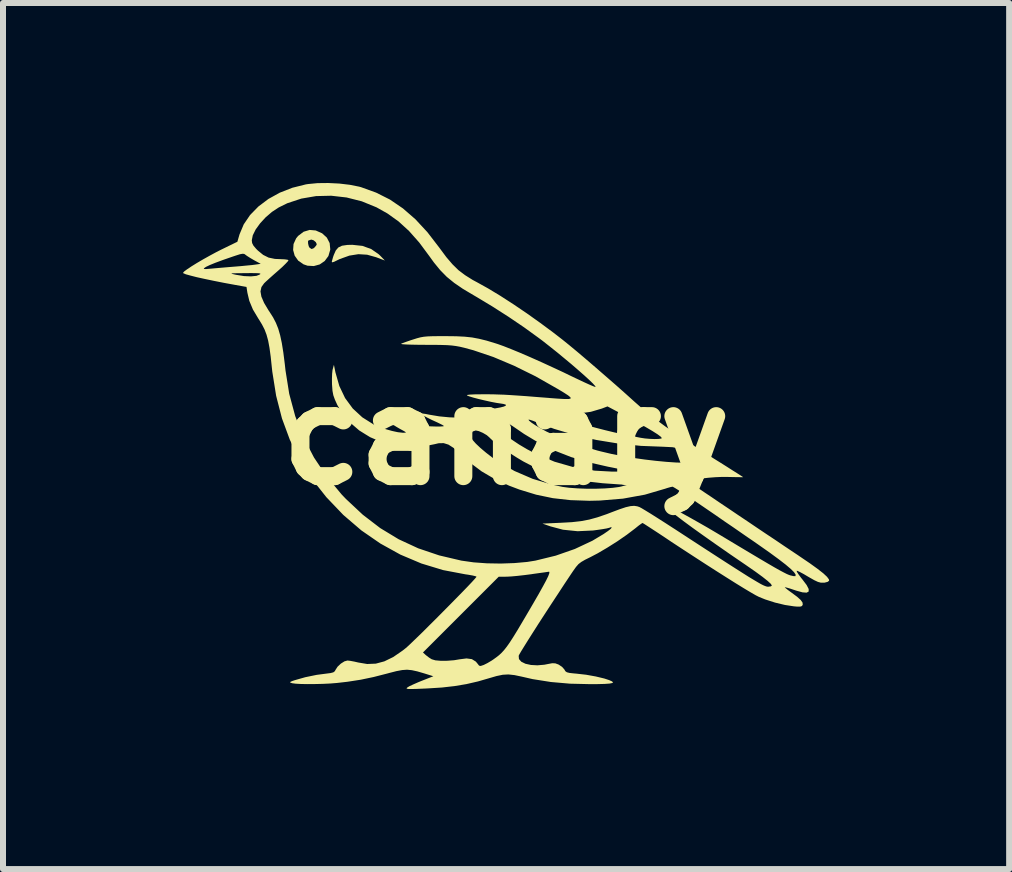
<source format=kicad_pcb>
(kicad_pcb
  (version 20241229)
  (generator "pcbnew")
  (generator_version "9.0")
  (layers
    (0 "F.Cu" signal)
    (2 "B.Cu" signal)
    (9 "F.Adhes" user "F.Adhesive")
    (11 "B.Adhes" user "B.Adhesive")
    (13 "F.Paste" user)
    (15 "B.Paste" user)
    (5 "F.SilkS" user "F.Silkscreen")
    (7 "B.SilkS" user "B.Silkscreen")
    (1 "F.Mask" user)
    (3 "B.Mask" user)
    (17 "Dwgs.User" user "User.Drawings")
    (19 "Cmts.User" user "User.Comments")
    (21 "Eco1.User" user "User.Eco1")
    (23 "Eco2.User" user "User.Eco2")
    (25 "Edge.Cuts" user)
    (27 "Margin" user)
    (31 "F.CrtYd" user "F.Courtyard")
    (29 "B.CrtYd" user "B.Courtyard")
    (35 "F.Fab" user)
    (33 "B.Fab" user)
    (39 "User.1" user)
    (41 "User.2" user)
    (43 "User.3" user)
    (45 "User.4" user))
  (footprint "canary"
    (layer "F.Cu")
    (at 5.386 4.207)
    (property "Reference" "canary" (at 0 0 0) (layer "F.SilkS") (effects (font (size 1.5 1.5) (thickness 0.3))))
    (attr board_only exclude_from_pos_files exclude_from_bom)
    (fp_poly (pts (xy -2.395 -3.159) (xy -2.249 -3.106) (xy -2.123 -3.018) (xy -2.094 -2.99) (xy -2.022 -2.915) (xy -2.167 -2.97) (xy -2.317 -3.012) (xy -2.463 -3.021) (xy -2.614 -2.997) (xy -2.776 -2.939) (xy -2.87 -2.893) (xy -2.9 -2.885) (xy -2.907 -2.892) (xy -2.9 -2.921) (xy -2.885 -2.974) (xy -2.873 -3.008) (xy -2.84 -3.083) (xy -2.797 -3.133) (xy -2.736 -3.162) (xy -2.647 -3.175) (xy -2.564 -3.177)) (stroke (width 0) (type solid)) (fill yes) (layer "F.SilkS"))
    (fp_poly (pts (xy -3.174 -3.416) (xy -3.068 -3.369) (xy -2.989 -3.297) (xy -2.942 -3.206) (xy -2.932 -3.102) (xy -2.933 -3.093) (xy -2.963 -2.99) (xy -3.024 -2.908) (xy -3.108 -2.85) (xy -3.206 -2.823) (xy -3.311 -2.829) (xy -3.378 -2.852) (xy -3.466 -2.913) (xy -3.525 -2.996) (xy -3.551 -3.091) (xy -3.544 -3.19) (xy -3.524 -3.234) (xy -3.303 -3.234) (xy -3.301 -3.196) (xy -3.291 -3.154) (xy -3.278 -3.13) (xy -3.244 -3.107) (xy -3.212 -3.118) (xy -3.19 -3.137) (xy -3.163 -3.171) (xy -3.157 -3.188) (xy -3.173 -3.222) (xy -3.209 -3.252) (xy -3.247 -3.264) (xy -3.255 -3.262) (xy -3.287 -3.252) (xy -3.294 -3.251) (xy -3.303 -3.234) (xy -3.524 -3.234) (xy -3.501 -3.284) (xy -3.468 -3.325) (xy -3.376 -3.395) (xy -3.276 -3.425)) (stroke (width 0) (type solid)) (fill yes) (layer "F.SilkS"))
    (fp_poly (pts (xy -2.782 -4.198) (xy -2.604 -4.177) (xy -2.449 -4.146) (xy -2.417 -4.137) (xy -2.168 -4.047) (xy -1.937 -3.931) (xy -1.72 -3.783) (xy -1.513 -3.603) (xy -1.312 -3.386) (xy -1.115 -3.13) (xy -1.107 -3.119) (xy -0.997 -2.971) (xy -0.895 -2.852) (xy -0.795 -2.754) (xy -0.685 -2.671) (xy -0.559 -2.592) (xy -0.479 -2.549) (xy -0.301 -2.45) (xy -0.099 -2.328) (xy 0.118 -2.188) (xy 0.344 -2.035) (xy 0.57 -1.874) (xy 0.79 -1.711) (xy 0.937 -1.597) (xy 1.046 -1.509) (xy 1.18 -1.398) (xy 1.331 -1.27) (xy 1.494 -1.13) (xy 1.663 -0.983) (xy 1.832 -0.836) (xy 1.993 -0.693) (xy 2.136 -0.564) (xy 2.252 -0.462) (xy 2.374 -0.361) (xy 2.506 -0.258) (xy 2.652 -0.15) (xy 2.817 -0.035) (xy 3.004 0.091) (xy 3.219 0.231) (xy 3.463 0.387) (xy 3.558 0.446) (xy 3.671 0.517) (xy 3.771 0.581) (xy 3.854 0.633) (xy 3.913 0.671) (xy 3.945 0.692) (xy 3.949 0.695) (xy 3.929 0.696) (xy 3.876 0.695) (xy 3.798 0.694) (xy 3.708 0.692) (xy 3.598 0.691) (xy 3.484 0.696) (xy 3.37 0.705) (xy 3.265 0.717) (xy 3.173 0.73) (xy 3.103 0.746) (xy 3.061 0.761) (xy 3.052 0.777) (xy 3.054 0.779) (xy 3.073 0.792) (xy 3.123 0.825) (xy 3.199 0.877) (xy 3.299 0.945) (xy 3.419 1.025) (xy 3.554 1.117) (xy 3.702 1.216) (xy 3.857 1.321) (xy 4.017 1.428) (xy 4.178 1.537) (xy 4.336 1.643) (xy 4.488 1.744) (xy 4.628 1.839) (xy 4.755 1.924) (xy 4.863 1.996) (xy 4.895 2.018) (xy 5.06 2.13) (xy 5.189 2.223) (xy 5.285 2.298) (xy 5.347 2.356) (xy 5.378 2.398) (xy 5.382 2.421) (xy 5.357 2.44) (xy 5.307 2.453) (xy 5.291 2.454) (xy 5.245 2.454) (xy 5.196 2.441) (xy 5.136 2.413) (xy 5.053 2.366) (xy 5.034 2.355) (xy 4.958 2.31) (xy 4.895 2.276) (xy 4.853 2.257) (xy 4.841 2.255) (xy 4.845 2.273) (xy 4.871 2.314) (xy 4.914 2.372) (xy 4.939 2.403) (xy 5.007 2.493) (xy 5.041 2.559) (xy 5.041 2.601) (xy 5.007 2.62) (xy 4.939 2.615) (xy 4.836 2.587) (xy 4.8 2.575) (xy 4.728 2.551) (xy 4.672 2.535) (xy 4.644 2.529) (xy 4.642 2.529) (xy 4.655 2.543) (xy 4.693 2.574) (xy 4.75 2.616) (xy 4.756 2.62) (xy 4.849 2.689) (xy 4.909 2.743) (xy 4.939 2.786) (xy 4.942 2.821) (xy 4.94 2.826) (xy 4.927 2.844) (xy 4.898 2.853) (xy 4.843 2.852) (xy 4.796 2.848) (xy 4.645 2.825) (xy 4.479 2.785) (xy 4.317 2.733) (xy 4.213 2.691) (xy 4.158 2.663) (xy 4.073 2.614) (xy 3.961 2.547) (xy 3.826 2.464) (xy 3.672 2.367) (xy 3.503 2.26) (xy 3.322 2.144) (xy 3.134 2.022) (xy 2.942 1.897) (xy 2.75 1.771) (xy 2.652 1.705) (xy 2.542 1.632) (xy 2.444 1.568) (xy 2.364 1.516) (xy 2.305 1.478) (xy 2.275 1.46) (xy 2.271 1.459) (xy 2.251 1.471) (xy 2.207 1.503) (xy 2.15 1.549) (xy 2.141 1.556) (xy 2.009 1.656) (xy 1.853 1.764) (xy 1.687 1.869) (xy 1.525 1.964) (xy 1.403 2.028) (xy 1.314 2.072) (xy 1.252 2.108) (xy 1.205 2.144) (xy 1.164 2.191) (xy 1.116 2.258) (xy 1.083 2.307) (xy 0.969 2.478) (xy 0.856 2.651) (xy 0.744 2.821) (xy 0.636 2.987) (xy 0.535 3.143) (xy 0.444 3.286) (xy 0.364 3.412) (xy 0.298 3.518) (xy 0.248 3.599) (xy 0.217 3.653) (xy 0.208 3.673) (xy 0.213 3.727) (xy 0.252 3.771) (xy 0.321 3.805) (xy 0.412 3.825) (xy 0.519 3.831) (xy 0.636 3.821) (xy 0.697 3.809) (xy 0.767 3.796) (xy 0.818 3.798) (xy 0.868 3.816) (xy 0.876 3.82) (xy 0.93 3.856) (xy 0.969 3.899) (xy 0.972 3.905) (xy 0.987 3.93) (xy 1.012 3.947) (xy 1.056 3.958) (xy 1.128 3.966) (xy 1.164 3.969) (xy 1.333 3.988) (xy 1.494 4.017) (xy 1.636 4.051) (xy 1.715 4.077) (xy 1.762 4.098) (xy 1.781 4.114) (xy 1.768 4.126) (xy 1.723 4.135) (xy 1.641 4.141) (xy 1.523 4.144) (xy 1.411 4.145) (xy 1.065 4.137) (xy 0.745 4.109) (xy 0.441 4.061) (xy 0.257 4.019) (xy 0.138 3.994) (xy 0.038 3.983) (xy -0.056 3.988) (xy -0.162 4.01) (xy -0.265 4.04) (xy -0.468 4.099) (xy -0.663 4.144) (xy -0.86 4.177) (xy -1.072 4.201) (xy -1.31 4.216) (xy -1.375 4.219) (xy -1.495 4.224) (xy -1.578 4.226) (xy -1.63 4.225) (xy -1.655 4.221) (xy -1.66 4.213) (xy -1.649 4.201) (xy -1.648 4.201) (xy -1.613 4.179) (xy -1.548 4.149) (xy -1.466 4.113) (xy -1.412 4.091) (xy -1.214 4.013) (xy -1.368 3.965) (xy -1.481 3.932) (xy -1.572 3.912) (xy -1.652 3.904) (xy -1.734 3.91) (xy -1.83 3.928) (xy -1.951 3.959) (xy -1.98 3.967) (xy -2.21 4.026) (xy -2.425 4.071) (xy -2.645 4.105) (xy -2.82 4.125) (xy -2.931 4.134) (xy -3.056 4.14) (xy -3.185 4.143) (xy -3.31 4.144) (xy -3.421 4.142) (xy -3.511 4.137) (xy -3.569 4.129) (xy -3.574 4.127) (xy -3.6 4.118) (xy -3.599 4.108) (xy -3.566 4.093) (xy -3.521 4.078) (xy -3.348 4.029) (xy -3.158 3.99) (xy -3.005 3.97) (xy -2.927 3.96) (xy -2.881 3.948) (xy -2.856 3.929) (xy -2.845 3.908) (xy -2.811 3.855) (xy -2.756 3.803) (xy -2.696 3.765) (xy -2.646 3.751) (xy -2.601 3.756) (xy -2.531 3.769) (xy -2.466 3.784) (xy -2.317 3.809) (xy -2.173 3.803) (xy -2.031 3.765) (xy -1.883 3.693) (xy -1.772 3.617) (xy -1.387 3.617) (xy -1.34 3.66) (xy -1.286 3.702) (xy -1.241 3.73) (xy -1.18 3.748) (xy -1.089 3.756) (xy -0.981 3.755) (xy -0.867 3.746) (xy -0.778 3.731) (xy -0.661 3.716) (xy -0.572 3.728) (xy -0.506 3.769) (xy -0.476 3.805) (xy -0.452 3.836) (xy -0.426 3.842) (xy -0.381 3.827) (xy -0.373 3.824) (xy -0.313 3.794) (xy -0.242 3.752) (xy -0.214 3.733) (xy -0.164 3.697) (xy -0.119 3.662) (xy -0.077 3.623) (xy -0.035 3.577) (xy 0.01 3.52) (xy 0.06 3.449) (xy 0.118 3.359) (xy 0.187 3.247) (xy 0.269 3.109) (xy 0.368 2.941) (xy 0.444 2.811) (xy 0.539 2.647) (xy 0.612 2.516) (xy 0.666 2.416) (xy 0.701 2.344) (xy 0.718 2.298) (xy 0.72 2.275) (xy 0.713 2.271) (xy 0.691 2.274) (xy 0.636 2.282) (xy 0.555 2.293) (xy 0.455 2.307) (xy 0.416 2.313) (xy 0.298 2.328) (xy 0.182 2.341) (xy 0.082 2.35) (xy 0.008 2.354) (xy -0.000128 2.354) (xy -0.125 2.355) (xy -0.756 2.986) (xy -1.387 3.617) (xy -1.772 3.617) (xy -1.726 3.585) (xy -1.674 3.544) (xy -1.634 3.509) (xy -1.572 3.45) (xy -1.491 3.372) (xy -1.395 3.279) (xy -1.289 3.173) (xy -1.176 3.061) (xy -1.06 2.944) (xy -0.945 2.828) (xy -0.835 2.716) (xy -0.734 2.613) (xy -0.645 2.521) (xy -0.574 2.446) (xy -0.523 2.39) (xy -0.497 2.359) (xy -0.494 2.355) (xy -0.511 2.346) (xy -0.56 2.334) (xy -0.633 2.321) (xy -0.682 2.314) (xy -1.051 2.244) (xy -1.413 2.134) (xy -1.763 1.986) (xy -2.097 1.801) (xy -2.413 1.583) (xy -2.706 1.332) (xy -2.718 1.321) (xy -2.997 1.029) (xy -3.237 0.725) (xy -3.44 0.407) (xy -3.606 0.071) (xy -3.737 -0.284) (xy -3.834 -0.661) (xy -3.898 -1.063) (xy -3.906 -1.136) (xy -3.925 -1.316) (xy -3.945 -1.462) (xy -3.967 -1.58) (xy -3.994 -1.679) (xy -4.027 -1.766) (xy -4.069 -1.848) (xy -4.12 -1.932) (xy -4.129 -1.945) (xy -4.221 -2.099) (xy -4.281 -2.243) (xy -4.313 -2.378) (xy -4.328 -2.475) (xy -4.518 -2.509) (xy -4.703 -2.543) (xy -4.874 -2.577) (xy -5.027 -2.609) (xy -5.159 -2.638) (xy -5.264 -2.665) (xy -5.34 -2.686) (xy -5.365 -2.697) (xy -4.58 -2.697) (xy -4.562 -2.691) (xy -4.52 -2.681) (xy -4.501 -2.677) (xy -4.37 -2.656) (xy -4.254 -2.651) (xy -4.162 -2.66) (xy -4.115 -2.678) (xy -4.098 -2.689) (xy -4.098 -2.698) (xy -4.121 -2.703) (xy -4.172 -2.705) (xy -4.255 -2.706) (xy -4.344 -2.705) (xy -4.457 -2.704) (xy -4.531 -2.703) (xy -4.571 -2.701) (xy -4.58 -2.697) (xy -5.365 -2.697) (xy -5.38 -2.703) (xy -5.386 -2.709) (xy -5.369 -2.731) (xy -5.321 -2.767) (xy -5.299 -2.781) (xy -5.04 -2.781) (xy -5.035 -2.774) (xy -5.001 -2.773) (xy -4.932 -2.779) (xy -4.928 -2.779) (xy -4.852 -2.786) (xy -4.748 -2.795) (xy -4.632 -2.805) (xy -4.532 -2.813) (xy -4.422 -2.822) (xy -4.319 -2.832) (xy -4.234 -2.84) (xy -4.181 -2.847) (xy -4.091 -2.86) (xy -4.201 -2.92) (xy -4.266 -2.958) (xy -4.321 -2.993) (xy -4.345 -3.011) (xy -4.365 -3.025) (xy -4.393 -3.028) (xy -4.437 -3.02) (xy -4.506 -2.998) (xy -4.554 -2.982) (xy -4.719 -2.925) (xy -4.846 -2.878) (xy -4.939 -2.84) (xy -5 -2.811) (xy -5.022 -2.797) (xy -5.04 -2.781) (xy -5.299 -2.781) (xy -5.248 -2.816) (xy -5.156 -2.873) (xy -5.052 -2.934) (xy -4.941 -2.996) (xy -4.83 -3.056) (xy -4.751 -3.096) (xy -4.48 -3.228) (xy -4.473 -3.252) (xy -4.24 -3.252) (xy -4.234 -3.206) (xy -4.212 -3.163) (xy -4.167 -3.11) (xy -4.138 -3.081) (xy -4.05 -3.009) (xy -3.96 -2.964) (xy -3.854 -2.942) (xy -3.757 -2.938) (xy -3.691 -2.935) (xy -3.643 -2.928) (xy -3.628 -2.921) (xy -3.639 -2.902) (xy -3.676 -2.862) (xy -3.732 -2.807) (xy -3.797 -2.749) (xy -3.876 -2.68) (xy -3.949 -2.615) (xy -4.007 -2.562) (xy -4.035 -2.535) (xy -4.079 -2.473) (xy -4.095 -2.401) (xy -4.08 -2.314) (xy -4.035 -2.209) (xy -3.959 -2.082) (xy -3.94 -2.054) (xy -3.884 -1.966) (xy -3.838 -1.877) (xy -3.799 -1.78) (xy -3.767 -1.669) (xy -3.739 -1.538) (xy -3.714 -1.381) (xy -3.69 -1.192) (xy -3.678 -1.084) (xy -3.616 -0.694) (xy -3.516 -0.322) (xy -3.378 0.032) (xy -3.203 0.368) (xy -2.99 0.686) (xy -2.741 0.985) (xy -2.67 1.059) (xy -2.39 1.321) (xy -2.099 1.544) (xy -1.792 1.73) (xy -1.466 1.881) (xy -1.117 1.999) (xy -0.743 2.087) (xy -0.74 2.087) (xy -0.543 2.115) (xy -0.322 2.131) (xy -0.09 2.135) (xy 0.138 2.127) (xy 0.35 2.108) (xy 0.487 2.086) (xy 0.826 2.003) (xy 1.144 1.892) (xy 1.436 1.755) (xy 1.62 1.645) (xy 1.696 1.593) (xy 1.744 1.555) (xy 1.76 1.533) (xy 1.744 1.53) (xy 1.714 1.54) (xy 1.674 1.55) (xy 1.604 1.562) (xy 1.515 1.575) (xy 1.447 1.584) (xy 1.19 1.596) (xy 0.947 1.571) (xy 0.74 1.516) (xy 0.604 1.469) (xy 0.917 1.455) (xy 1.096 1.445) (xy 1.247 1.428) (xy 1.384 1.402) (xy 1.522 1.364) (xy 1.674 1.312) (xy 1.757 1.28) (xy 1.89 1.23) (xy 1.992 1.196) (xy 2.07 1.178) (xy 2.132 1.173) (xy 2.184 1.181) (xy 2.22 1.193) (xy 2.256 1.212) (xy 2.321 1.251) (xy 2.411 1.306) (xy 2.52 1.375) (xy 2.644 1.454) (xy 2.777 1.54) (xy 2.813 1.563) (xy 3.075 1.734) (xy 3.304 1.883) (xy 3.503 2.012) (xy 3.675 2.123) (xy 3.82 2.216) (xy 3.943 2.294) (xy 4.044 2.358) (xy 4.127 2.408) (xy 4.193 2.447) (xy 4.245 2.477) (xy 4.285 2.497) (xy 4.316 2.51) (xy 4.34 2.518) (xy 4.359 2.521) (xy 4.369 2.521) (xy 4.411 2.515) (xy 4.428 2.501) (xy 4.41 2.473) (xy 4.357 2.424) (xy 4.271 2.356) (xy 4.152 2.269) (xy 4.002 2.165) (xy 4.001 2.164) (xy 3.736 1.983) (xy 3.499 1.818) (xy 3.289 1.67) (xy 3.107 1.54) (xy 2.955 1.428) (xy 2.833 1.335) (xy 2.743 1.262) (xy 2.684 1.209) (xy 2.66 1.177) (xy 2.667 1.167) (xy 2.697 1.177) (xy 2.759 1.206) (xy 2.846 1.251) (xy 2.955 1.31) (xy 3.08 1.379) (xy 3.218 1.457) (xy 3.363 1.54) (xy 3.51 1.627) (xy 3.649 1.71) (xy 3.874 1.845) (xy 4.065 1.959) (xy 4.226 2.055) (xy 4.36 2.134) (xy 4.47 2.198) (xy 4.557 2.247) (xy 4.625 2.283) (xy 4.676 2.309) (xy 4.714 2.325) (xy 4.735 2.332) (xy 4.787 2.344) (xy 4.818 2.345) (xy 4.821 2.344) (xy 4.824 2.32) (xy 4.798 2.28) (xy 4.743 2.225) (xy 4.657 2.152) (xy 4.539 2.061) (xy 4.389 1.951) (xy 4.204 1.821) (xy 4.105 1.752) (xy 4.021 1.695) (xy 3.91 1.618) (xy 3.78 1.528) (xy 3.636 1.43) (xy 3.488 1.327) (xy 3.34 1.226) (xy 3.327 1.217) (xy 3.195 1.127) (xy 3.074 1.045) (xy 2.967 0.974) (xy 2.879 0.917) (xy 2.815 0.877) (xy 2.778 0.856) (xy 2.772 0.854) (xy 2.737 0.861) (xy 2.681 0.877) (xy 2.655 0.886) (xy 2.311 0.987) (xy 1.947 1.053) (xy 1.561 1.085) (xy 1.386 1.089) (xy 1.069 1.078) (xy 0.777 1.045) (xy 0.499 0.987) (xy 0.221 0.902) (xy 0.049 0.837) (xy -0.194 0.725) (xy -0.409 0.599) (xy -0.609 0.449) (xy -0.781 0.293) (xy -0.878 0.207) (xy -0.962 0.153) (xy -1.042 0.128) (xy -1.127 0.13) (xy -1.19 0.145) (xy -1.41 0.189) (xy -1.633 0.197) (xy -1.854 0.172) (xy -2.067 0.115) (xy -2.267 0.029) (xy -2.349 -0.021) (xy -0.586 -0.021) (xy -0.586 0.029) (xy -0.561 0.074) (xy -0.507 0.135) (xy -0.429 0.209) (xy -0.335 0.288) (xy -0.23 0.369) (xy -0.144 0.429) (xy 0.137 0.592) (xy 0.441 0.723) (xy 0.765 0.82) (xy 0.938 0.857) (xy 1.051 0.872) (xy 1.188 0.882) (xy 1.339 0.888) (xy 1.494 0.888) (xy 1.643 0.883) (xy 1.775 0.873) (xy 1.88 0.859) (xy 1.917 0.851) (xy 2.021 0.823) (xy 1.917 0.818) (xy 1.604 0.796) (xy 1.325 0.764) (xy 1.073 0.72) (xy 0.841 0.661) (xy 0.623 0.588) (xy 0.411 0.498) (xy 0.373 0.479) (xy 0.283 0.432) (xy 0.179 0.37) (xy 0.068 0.299) (xy -0.04 0.226) (xy -0.138 0.155) (xy -0.218 0.092) (xy -0.272 0.042) (xy -0.28 0.033) (xy -0.324 -0.005) (xy -0.389 -0.043) (xy -0.456 -0.072) (xy -0.507 -0.083) (xy -0.558 -0.066) (xy -0.586 -0.021) (xy -2.349 -0.021) (xy -2.45 -0.084) (xy -2.61 -0.222) (xy -2.742 -0.383) (xy -2.814 -0.507) (xy -2.855 -0.597) (xy -2.881 -0.67) (xy -2.895 -0.744) (xy -2.902 -0.839) (xy -2.903 -0.851) (xy -2.904 -0.944) (xy -2.901 -1.029) (xy -2.894 -1.093) (xy -2.891 -1.104) (xy -2.871 -1.177) (xy -2.846 -1.052) (xy -2.781 -0.824) (xy -2.685 -0.623) (xy -2.557 -0.449) (xy -2.398 -0.302) (xy -2.206 -0.181) (xy -2.191 -0.174) (xy -2.11 -0.139) (xy -2.009 -0.105) (xy -1.902 -0.075) (xy -1.802 -0.053) (xy -1.724 -0.043) (xy -1.71 -0.043) (xy -1.678 -0.045) (xy -1.672 -0.052) (xy -1.695 -0.068) (xy -1.751 -0.099) (xy -1.761 -0.104) (xy -1.835 -0.147) (xy -1.903 -0.192) (xy -1.938 -0.219) (xy -1.976 -0.254) (xy -1.985 -0.267) (xy -1.965 -0.265) (xy -1.948 -0.262) (xy -1.786 -0.225) (xy -1.653 -0.197) (xy -1.54 -0.178) (xy -1.436 -0.164) (xy -1.332 -0.156) (xy -1.271 -0.152) (xy -1.177 -0.149) (xy -1.101 -0.149) (xy -1.052 -0.152) (xy -1.037 -0.157) (xy -1.038 -0.158) (xy -1.065 -0.176) (xy -1.083 -0.185) (xy -0.156 -0.185) (xy -0.138 -0.138) (xy -0.087 -0.077) (xy -0.008 -0.006) (xy 0.095 0.071) (xy 0.216 0.152) (xy 0.35 0.231) (xy 0.485 0.302) (xy 0.804 0.437) (xy 1.134 0.532) (xy 1.476 0.587) (xy 1.769 0.603) (xy 1.869 0.603) (xy 1.95 0.601) (xy 2.006 0.599) (xy 2.029 0.595) (xy 2.029 0.594) (xy 2.006 0.587) (xy 1.949 0.574) (xy 1.866 0.555) (xy 1.764 0.534) (xy 1.697 0.521) (xy 1.373 0.447) (xy 1.081 0.36) (xy 0.81 0.254) (xy 0.552 0.128) (xy 0.298 -0.025) (xy 0.107 -0.156) (xy 0.014 -0.214) (xy -0.062 -0.245) (xy -0.118 -0.246) (xy -0.15 -0.22) (xy -0.156 -0.185) (xy -1.083 -0.185) (xy -1.117 -0.202) (xy -1.152 -0.219) (xy -1.24 -0.259) (xy -1.25 -0.264) (xy 0.371 -0.264) (xy 0.381 -0.247) (xy 0.419 -0.215) (xy 0.48 -0.174) (xy 0.555 -0.129) (xy 0.638 -0.083) (xy 0.671 -0.065) (xy 0.857 0.021) (xy 1.07 0.105) (xy 1.295 0.184) (xy 1.518 0.251) (xy 1.585 0.268) (xy 1.75 0.307) (xy 1.929 0.342) (xy 2.116 0.374) (xy 2.306 0.401) (xy 2.492 0.423) (xy 2.669 0.44) (xy 2.83 0.451) (xy 2.97 0.455) (xy 3.082 0.451) (xy 3.162 0.439) (xy 3.174 0.436) (xy 3.219 0.415) (xy 3.24 0.396) (xy 3.24 0.395) (xy 3.222 0.371) (xy 3.174 0.339) (xy 3.106 0.301) (xy 3.027 0.265) (xy 2.946 0.234) (xy 2.925 0.227) (xy 2.773 0.196) (xy 2.612 0.188) (xy 2.248 0.174) (xy 1.875 0.136) (xy 1.502 0.075) (xy 1.14 -0.008) (xy 0.798 -0.11) (xy 0.513 -0.217) (xy 0.446 -0.244) (xy 0.395 -0.261) (xy 0.372 -0.264) (xy 0.371 -0.264) (xy -1.25 -0.264) (xy -1.318 -0.298) (xy -1.38 -0.332) (xy -1.416 -0.356) (xy -1.423 -0.366) (xy -1.4 -0.366) (xy -1.347 -0.359) (xy -1.276 -0.345) (xy -1.27 -0.344) (xy -1.115 -0.318) (xy -0.947 -0.302) (xy -0.782 -0.296) (xy -0.633 -0.302) (xy -0.556 -0.312) (xy -0.484 -0.325) (xy -0.433 -0.337) (xy -0.411 -0.344) (xy -0.411 -0.345) (xy -0.434 -0.354) (xy -0.474 -0.366) (xy 0.802 -0.366) (xy 0.822 -0.348) (xy 0.876 -0.321) (xy 0.961 -0.289) (xy 1.07 -0.251) (xy 1.199 -0.211) (xy 1.342 -0.169) (xy 1.493 -0.128) (xy 1.648 -0.088) (xy 1.801 -0.051) (xy 1.947 -0.019) (xy 1.979 -0.013) (xy 2.073 0.006) (xy 2.164 0.024) (xy 2.235 0.038) (xy 2.24 0.039) (xy 2.313 0.05) (xy 2.394 0.057) (xy 2.473 0.06) (xy 2.54 0.058) (xy 2.583 0.052) (xy 2.594 0.044) (xy 2.576 0.021) (xy 2.523 -0.019) (xy 2.438 -0.073) (xy 2.324 -0.14) (xy 2.183 -0.219) (xy 2.019 -0.308) (xy 2.005 -0.316) (xy 1.688 -0.484) (xy 1.594 -0.448) (xy 1.411 -0.394) (xy 1.208 -0.365) (xy 1 -0.364) (xy 0.995 -0.365) (xy 0.911 -0.369) (xy 0.846 -0.37) (xy 0.808 -0.369) (xy 0.802 -0.366) (xy -0.474 -0.366) (xy -0.485 -0.369) (xy -0.531 -0.382) (xy -0.642 -0.41) (xy -0.44 -0.424) (xy -0.303 -0.436) (xy -0.189 -0.45) (xy -0.099 -0.466) (xy -0.037 -0.482) (xy -0.005 -0.498) (xy -0.007 -0.513) (xy -0.046 -0.525) (xy -0.084 -0.531) (xy -0.159 -0.542) (xy -0.253 -0.56) (xy -0.356 -0.583) (xy -0.458 -0.607) (xy -0.549 -0.631) (xy -0.618 -0.652) (xy -0.654 -0.667) (xy -0.65 -0.675) (xy -0.604 -0.681) (xy -0.518 -0.685) (xy -0.391 -0.686) (xy -0.385 -0.686) (xy -0.295 -0.686) (xy -0.21 -0.685) (xy -0.125 -0.682) (xy -0.034 -0.679) (xy 0.069 -0.673) (xy 0.189 -0.665) (xy 0.333 -0.655) (xy 0.506 -0.641) (xy 0.715 -0.625) (xy 0.72 -0.624) (xy 0.867 -0.613) (xy 0.974 -0.607) (xy 1.043 -0.607) (xy 1.075 -0.616) (xy 1.071 -0.635) (xy 1.033 -0.667) (xy 0.964 -0.712) (xy 0.863 -0.773) (xy 0.854 -0.778) (xy 0.49 -0.985) (xy 0.133 -1.161) (xy -0.213 -1.307) (xy -0.544 -1.419) (xy -0.698 -1.461) (xy -0.77 -1.478) (xy -0.836 -1.49) (xy -0.905 -1.499) (xy -0.984 -1.505) (xy -1.083 -1.508) (xy -1.207 -1.51) (xy -1.337 -1.51) (xy -1.465 -1.511) (xy -1.577 -1.513) (xy -1.666 -1.516) (xy -1.727 -1.52) (xy -1.753 -1.525) (xy -1.754 -1.526) (xy -1.724 -1.54) (xy -1.665 -1.561) (xy -1.587 -1.588) (xy -1.552 -1.599) (xy -1.486 -1.62) (xy -1.429 -1.635) (xy -1.372 -1.645) (xy -1.306 -1.651) (xy -1.223 -1.654) (xy -1.114 -1.655) (xy -1 -1.655) (xy -0.831 -1.653) (xy -0.692 -1.646) (xy -0.569 -1.633) (xy -0.452 -1.611) (xy -0.326 -1.58) (xy -0.181 -1.536) (xy -0.14 -1.523) (xy -0.045 -1.489) (xy 0.082 -1.439) (xy 0.233 -1.377) (xy 0.402 -1.304) (xy 0.584 -1.223) (xy 0.771 -1.137) (xy 0.958 -1.05) (xy 1.073 -0.994) (xy 1.193 -0.937) (xy 1.299 -0.887) (xy 1.387 -0.847) (xy 1.451 -0.82) (xy 1.486 -0.807) (xy 1.49 -0.807) (xy 1.481 -0.826) (xy 1.444 -0.867) (xy 1.382 -0.927) (xy 1.3 -1.002) (xy 1.201 -1.089) (xy 1.091 -1.184) (xy 0.972 -1.283) (xy 0.85 -1.384) (xy 0.727 -1.482) (xy 0.609 -1.575) (xy 0.542 -1.625) (xy 0.302 -1.799) (xy 0.038 -1.978) (xy -0.231 -2.15) (xy -0.49 -2.306) (xy -0.543 -2.337) (xy -0.72 -2.442) (xy -0.866 -2.542) (xy -0.99 -2.643) (xy -1.099 -2.754) (xy -1.204 -2.882) (xy -1.279 -2.986) (xy -1.449 -3.215) (xy -1.619 -3.407) (xy -1.794 -3.567) (xy -1.98 -3.7) (xy -2.162 -3.802) (xy -2.407 -3.902) (xy -2.66 -3.966) (xy -2.916 -3.995) (xy -3.169 -3.989) (xy -3.415 -3.947) (xy -3.648 -3.87) (xy -3.79 -3.8) (xy -3.903 -3.726) (xy -4.009 -3.635) (xy -4.101 -3.535) (xy -4.175 -3.433) (xy -4.223 -3.336) (xy -4.24 -3.252) (xy -4.473 -3.252) (xy -4.444 -3.352) (xy -4.374 -3.518) (xy -4.268 -3.674) (xy -4.129 -3.816) (xy -3.963 -3.941) (xy -3.773 -4.046) (xy -3.563 -4.128) (xy -3.339 -4.184) (xy -3.3 -4.19) (xy -3.144 -4.205) (xy -2.966 -4.207)) (stroke (width 0) (type solid)) (fill yes) (layer "F.SilkS")))
  (gr_rect
    (start -3 -3)
    (end 13.768 11.433)
    (stroke (width 0.1) (type default))
    (fill no)
    (layer "Edge.Cuts")))
</source>
